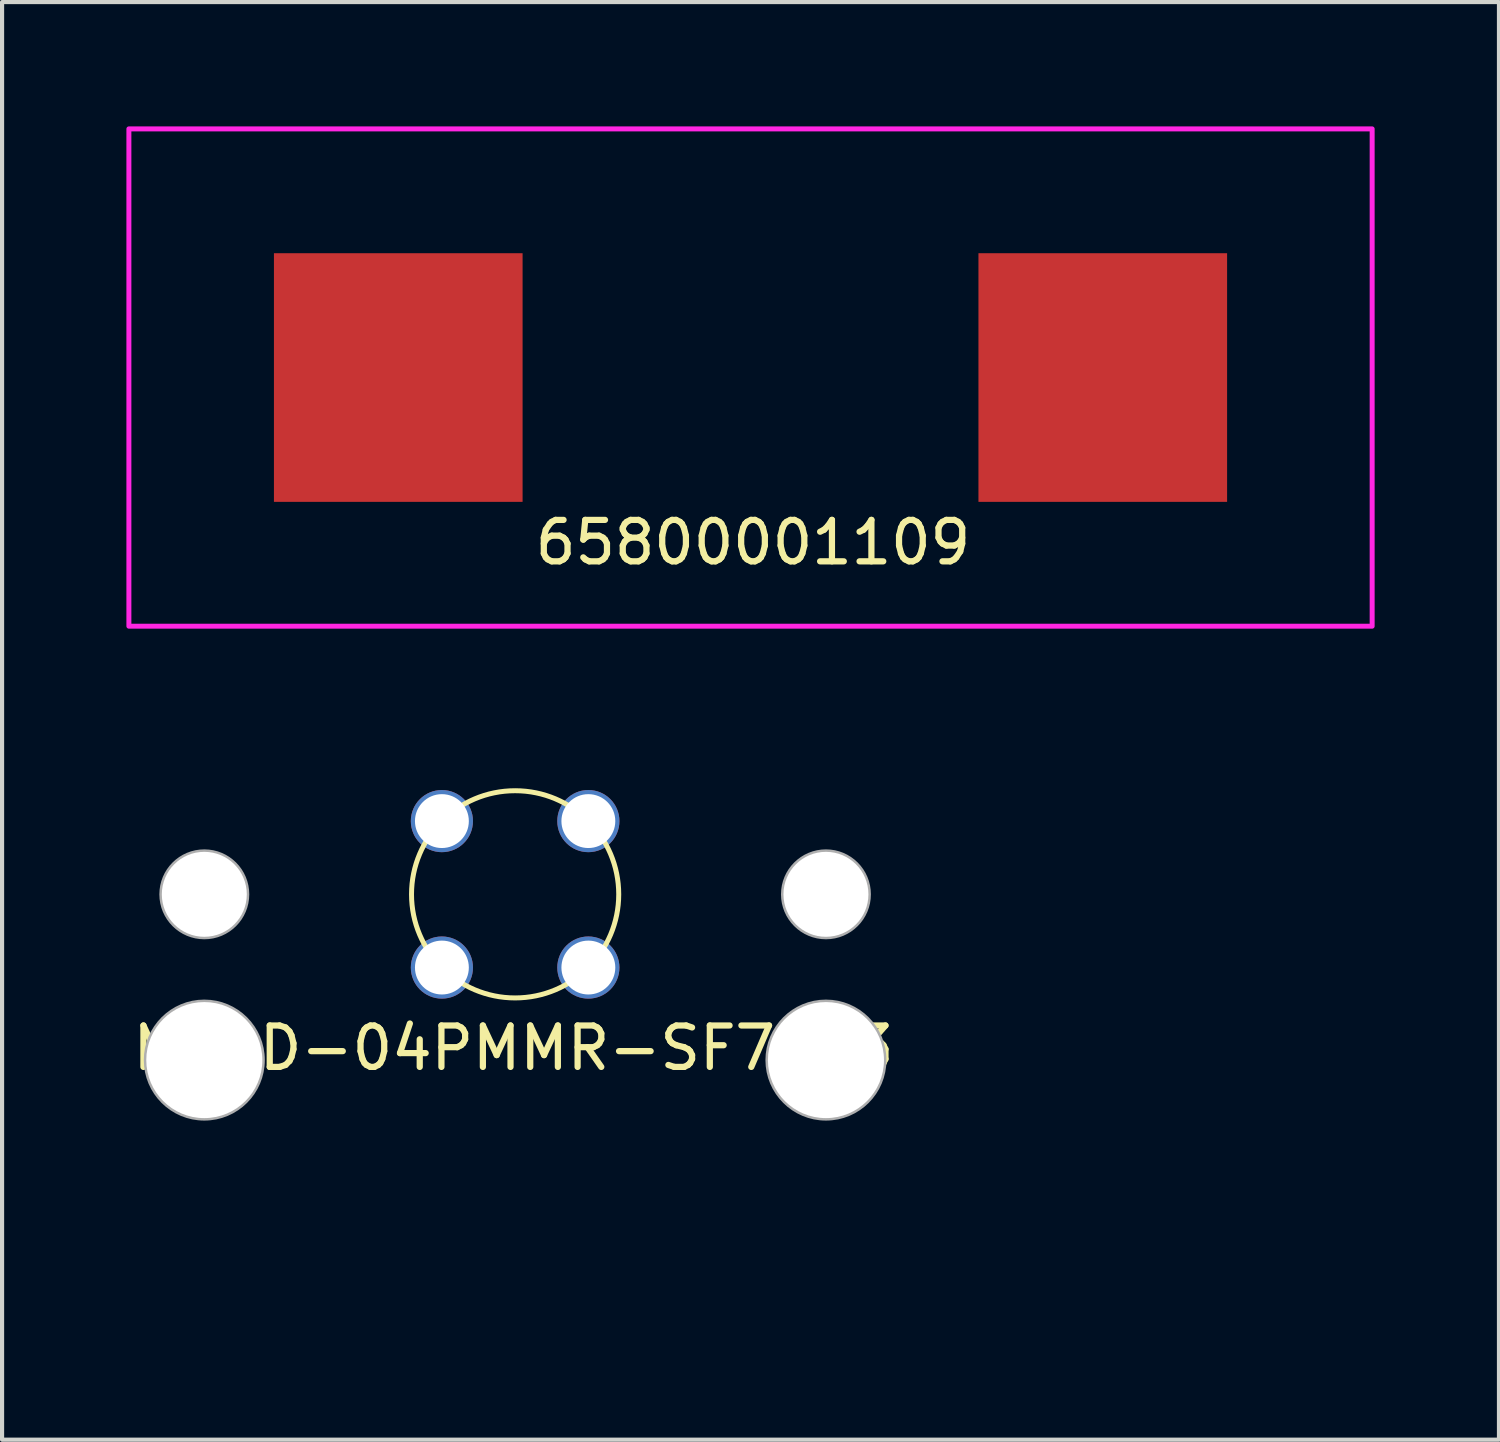
<source format=kicad_pcb>
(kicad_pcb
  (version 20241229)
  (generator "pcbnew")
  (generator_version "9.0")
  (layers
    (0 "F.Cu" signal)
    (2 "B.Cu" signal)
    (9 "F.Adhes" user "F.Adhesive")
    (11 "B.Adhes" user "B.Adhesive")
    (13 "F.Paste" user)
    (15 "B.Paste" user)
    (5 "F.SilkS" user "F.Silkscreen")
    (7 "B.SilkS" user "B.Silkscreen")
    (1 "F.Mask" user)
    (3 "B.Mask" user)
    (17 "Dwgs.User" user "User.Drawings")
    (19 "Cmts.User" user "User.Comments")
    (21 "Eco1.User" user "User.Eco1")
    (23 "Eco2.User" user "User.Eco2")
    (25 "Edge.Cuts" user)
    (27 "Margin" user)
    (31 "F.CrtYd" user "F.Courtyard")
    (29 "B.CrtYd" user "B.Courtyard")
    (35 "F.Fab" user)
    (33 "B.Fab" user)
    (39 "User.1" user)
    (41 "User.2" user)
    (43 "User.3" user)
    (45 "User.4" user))
  (footprint "M12D-04PMMR-SF7003"
    (layer "F.Cu")
    (at 9.38 18.53)
    (property "Reference" "M12D-04PMMR-SF7003" (at -0.04 3.71 0) (unlocked yes) (layer "F.SilkS") (effects (font (size 1 1) (thickness 0.15))))
    (fp_circle (center 0 0) (end 0 2.5) (stroke (width 0.12) (type solid)) (fill no) (layer "F.SilkS"))
    (fp_rect (start -9.32 -3.35) (end 9.33 10.1) (stroke (width 0.12) (type solid)) (fill no) (layer "Margin"))
    (fp_circle (center -7.5 0) (end -6.475 0) (stroke (width 0.12) (type solid)) (fill no) (layer "F.Fab"))
    (fp_circle (center -7.5 4) (end -6.1 4) (stroke (width 0.12) (type solid)) (fill no) (layer "F.Fab"))
    (fp_circle (center 7.5 0) (end 8.525 0) (stroke (width 0.12) (type solid)) (fill no) (layer "F.Fab"))
    (fp_circle (center 7.5 4) (end 8.9 4) (stroke (width 0.12) (type solid)) (fill no) (layer "F.Fab"))
    (pad "" np_thru_hole circle (at -7.5 0) (size 2.05 2.05) (drill 2.05) (layers "*.Cu" "*.Mask"))
    (pad "" np_thru_hole circle (at -7.5 4) (size 2.8 2.8) (drill 2.8) (layers "*.Cu" "*.Mask"))
    (pad "" np_thru_hole circle (at 7.5 0) (size 2.05 2.05) (drill 2.05) (layers "*.Cu" "*.Mask"))
    (pad "" np_thru_hole circle (at 7.5 4) (size 2.8 2.8) (drill 2.8) (layers "*.Cu" "*.Mask"))
    (pad "1" thru_hole circle (at 1.767 -1.767) (size 1.5 1.5) (drill 1.3) (layers "*.Cu" "*.Mask"))
    (pad "2" thru_hole circle (at -1.767 -1.767) (size 1.5 1.5) (drill 1.3) (layers "*.Cu" "*.Mask"))
    (pad "3" thru_hole circle (at -1.767 1.767) (size 1.5 1.5) (drill 1.3) (layers "*.Cu" "*.Mask"))
    (pad "4" thru_hole circle (at 1.767 1.767) (size 1.5 1.5) (drill 1.3) (layers "*.Cu" "*.Mask")))
  (footprint "65800001109"
    (layer "F.Cu")
    (at 15.06 6.06)
    (property "Reference" "65800001109" (at 0.06 3.98 0) (unlocked yes) (layer "F.SilkS") (effects (font (size 1 1) (thickness 0.15))))
    (fp_rect (start -15 -6) (end 15 6) (stroke (width 0.12) (type solid)) (fill no) (layer "F.CrtYd"))
    (pad "1" smd rect (at -8.5 0) (size 6 6) (layers "F.Cu" "F.Mask" "F.Paste"))
    (pad "2" smd rect (at 8.5 0) (size 6 6) (layers "F.Cu" "F.Mask" "F.Paste")))
  (gr_rect
    (start -3 -3)
    (end 33.12 31.69)
    (stroke (width 0.1) (type default))
    (fill no)
    (layer "Edge.Cuts")))
</source>
